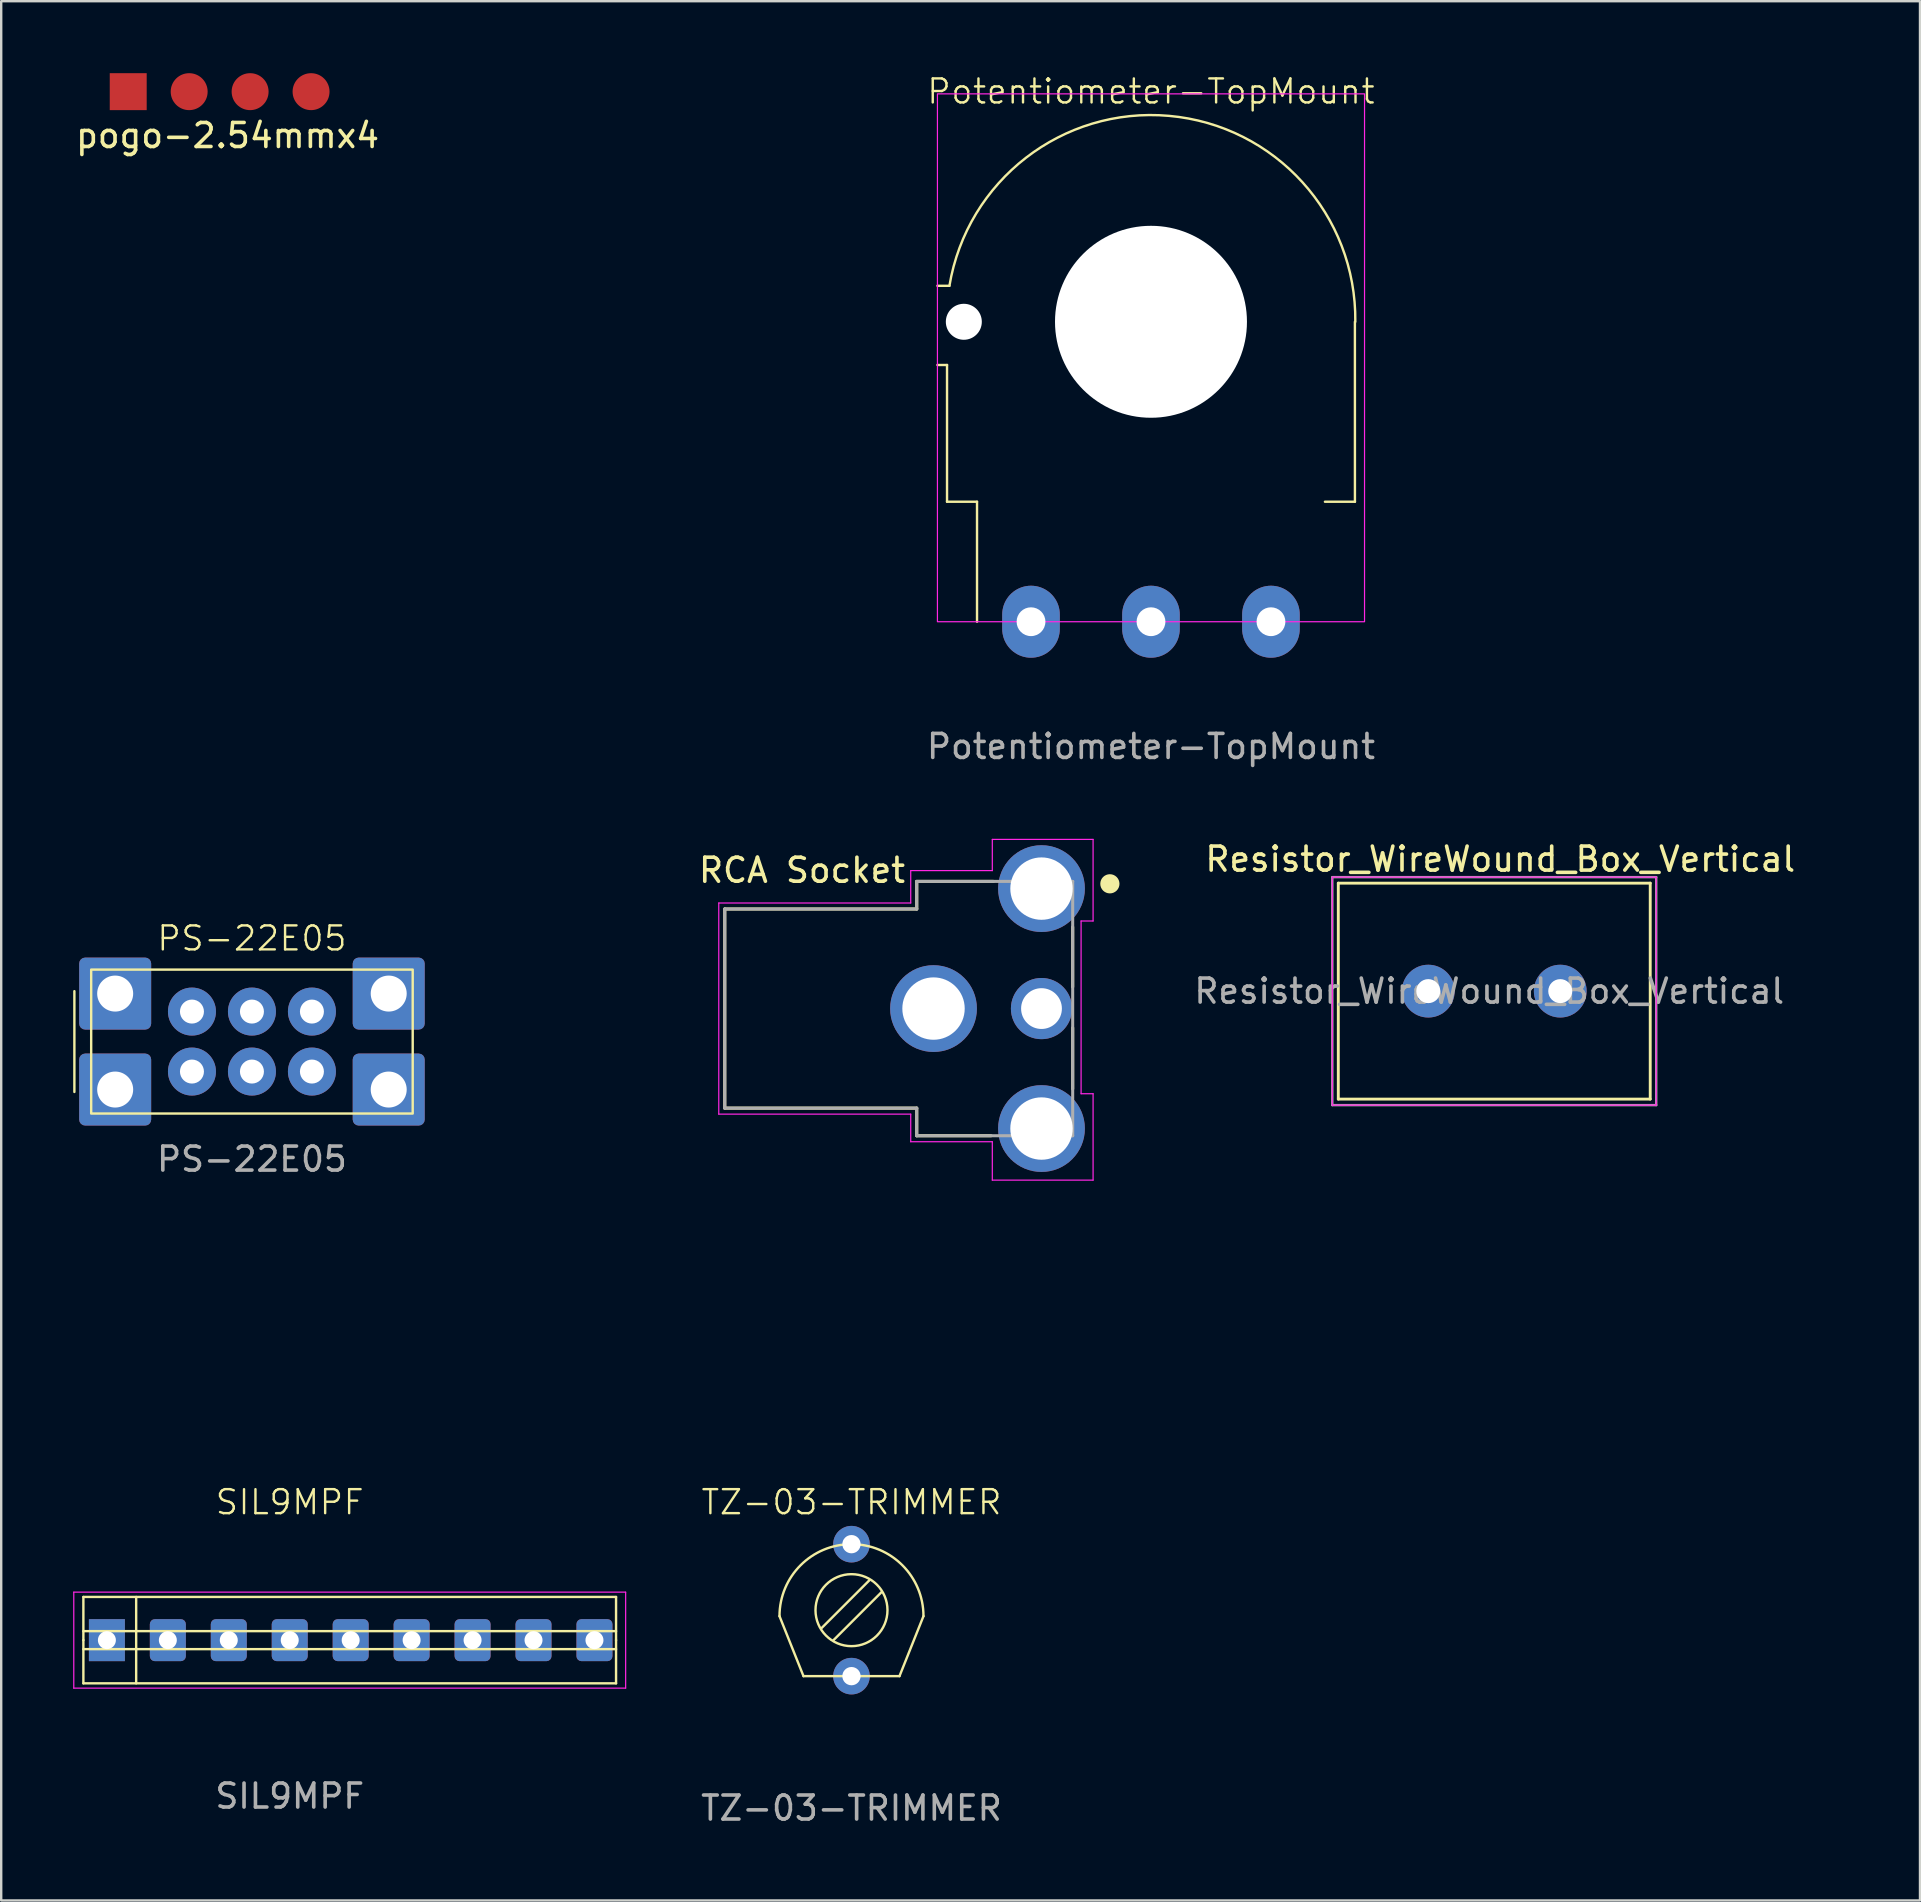
<source format=kicad_pcb>
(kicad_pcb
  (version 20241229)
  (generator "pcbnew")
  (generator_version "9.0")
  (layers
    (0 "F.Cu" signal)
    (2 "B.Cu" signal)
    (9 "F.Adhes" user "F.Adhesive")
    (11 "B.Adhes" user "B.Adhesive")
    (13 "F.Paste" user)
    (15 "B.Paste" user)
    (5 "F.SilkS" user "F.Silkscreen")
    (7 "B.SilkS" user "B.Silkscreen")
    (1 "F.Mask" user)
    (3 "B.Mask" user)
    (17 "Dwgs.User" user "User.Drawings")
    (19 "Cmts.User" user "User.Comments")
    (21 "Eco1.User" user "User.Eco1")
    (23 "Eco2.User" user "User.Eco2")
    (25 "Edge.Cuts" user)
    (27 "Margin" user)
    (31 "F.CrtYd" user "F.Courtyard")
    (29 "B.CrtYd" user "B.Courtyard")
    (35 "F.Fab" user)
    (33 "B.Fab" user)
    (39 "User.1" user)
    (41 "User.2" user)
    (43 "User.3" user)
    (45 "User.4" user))
  (footprint "pogo-2.54mmx4"
    (layer "F.Cu")
    (at 2.294 0.77)
    (property "Reference" "pogo-2.54mmx4" (at 4.14 1.829 0) (layer "F.SilkS") (effects (font (size 1 1) (thickness 0.15))))
    (attr through_hole)
    (pad "1" smd rect (at 0 0) (size 1.54 1.54) (layers "F.Cu" "F.Mask" "F.Paste"))
    (pad "2" smd circle (at 2.54 0) (size 1.54 1.54) (layers "F.Cu" "F.Mask" "F.Paste"))
    (pad "3" smd circle (at 5.08 0) (size 1.54 1.54) (layers "F.Cu" "F.Mask" "F.Paste"))
    (pad "4" smd circle (at 7.62 0) (size 1.54 1.54) (layers "F.Cu" "F.Mask" "F.Paste")))
  (footprint "RCA Socket"
    (layer "F.Cu")
    (at 34.406 38.984)
    (property "Reference" "RCA Socket" (at -4.031 -5.763 0) (layer "F.SilkS") (effects (font (size 1.001 1.001) (thickness 0.15))))
    (attr through_hole)
    (fp_line (start -7.25 -4.15) (end -7.25 4.15) (stroke (width 0.127) (type solid)) (layer "F.SilkS"))
    (fp_line (start -7.25 4.15) (end 0.75 4.15) (stroke (width 0.127) (type solid)) (layer "F.SilkS"))
    (fp_line (start 0.75 -5.3) (end 0.75 -4.15) (stroke (width 0.127) (type solid)) (layer "F.SilkS"))
    (fp_line (start 0.75 -4.15) (end -7.25 -4.15) (stroke (width 0.127) (type solid)) (layer "F.SilkS"))
    (fp_line (start 0.75 4.15) (end 0.75 5.3) (stroke (width 0.127) (type solid)) (layer "F.SilkS"))
    (fp_line (start 0.75 5.3) (end 3.85 5.3) (stroke (width 0.127) (type solid)) (layer "F.SilkS"))
    (fp_line (start 3.95 -5.3) (end 0.75 -5.3) (stroke (width 0.127) (type solid)) (layer "F.SilkS"))
    (fp_line (start 7.25 -0.9) (end 7.25 -3.4) (stroke (width 0.127) (type solid)) (layer "F.SilkS"))
    (fp_line (start 7.25 3.35) (end 7.25 0.8) (stroke (width 0.127) (type solid)) (layer "F.SilkS"))
    (fp_circle (center 8.8 -5.2) (end 9 -5.2) (stroke (width 0.4) (type solid)) (fill no) (layer "F.SilkS"))
    (fp_line (start -7.5 -4.4) (end -7.5 4.4) (stroke (width 0.05) (type solid)) (layer "F.CrtYd"))
    (fp_line (start -7.5 4.4) (end 0.5 4.4) (stroke (width 0.05) (type solid)) (layer "F.CrtYd"))
    (fp_line (start 0.5 -5.75) (end 0.5 -4.4) (stroke (width 0.05) (type solid)) (layer "F.CrtYd"))
    (fp_line (start 0.5 -4.4) (end -7.5 -4.4) (stroke (width 0.05) (type solid)) (layer "F.CrtYd"))
    (fp_line (start 0.5 4.4) (end 0.5 5.55) (stroke (width 0.05) (type solid)) (layer "F.CrtYd"))
    (fp_line (start 0.5 5.55) (end 3.9 5.55) (stroke (width 0.05) (type solid)) (layer "F.CrtYd"))
    (fp_line (start 3.9 -7.05) (end 8.1 -7.05) (stroke (width 0.05) (type solid)) (layer "F.CrtYd"))
    (fp_line (start 3.9 -5.75) (end 0.5 -5.75) (stroke (width 0.05) (type solid)) (layer "F.CrtYd"))
    (fp_line (start 3.9 -5.75) (end 3.9 -7.05) (stroke (width 0.05) (type solid)) (layer "F.CrtYd"))
    (fp_line (start 3.9 7.15) (end 3.9 5.55) (stroke (width 0.05) (type solid)) (layer "F.CrtYd"))
    (fp_line (start 7.6 -3.65) (end 7.6 3.55) (stroke (width 0.05) (type solid)) (layer "F.CrtYd"))
    (fp_line (start 7.6 3.55) (end 8.1 3.55) (stroke (width 0.05) (type solid)) (layer "F.CrtYd"))
    (fp_line (start 8.1 -7.05) (end 8.1 -3.65) (stroke (width 0.05) (type solid)) (layer "F.CrtYd"))
    (fp_line (start 8.1 -3.65) (end 7.6 -3.65) (stroke (width 0.05) (type solid)) (layer "F.CrtYd"))
    (fp_line (start 8.1 7.15) (end 3.9 7.15) (stroke (width 0.05) (type solid)) (layer "F.CrtYd"))
    (fp_line (start 8.1 7.15) (end 8.1 3.55) (stroke (width 0.05) (type solid)) (layer "F.CrtYd"))
    (fp_line (start -7.25 -4.15) (end -7.25 4.15) (stroke (width 0.127) (type solid)) (layer "F.Fab"))
    (fp_line (start -7.25 4.15) (end 0.75 4.15) (stroke (width 0.127) (type solid)) (layer "F.Fab"))
    (fp_line (start 0.75 -5.3) (end 0.75 -4.15) (stroke (width 0.127) (type solid)) (layer "F.Fab"))
    (fp_line (start 0.75 -4.15) (end -7.25 -4.15) (stroke (width 0.127) (type solid)) (layer "F.Fab"))
    (fp_line (start 0.75 4.15) (end 0.75 5.3) (stroke (width 0.127) (type solid)) (layer "F.Fab"))
    (fp_line (start 0.75 5.3) (end 7.25 5.3) (stroke (width 0.127) (type solid)) (layer "F.Fab"))
    (fp_line (start 7.25 -5.3) (end 0.75 -5.3) (stroke (width 0.127) (type solid)) (layer "F.Fab"))
    (fp_line (start 7.25 5.3) (end 7.25 -5.3) (stroke (width 0.127) (type solid)) (layer "F.Fab"))
    (pad "1" thru_hole circle (at 5.95 0) (size 2.55 2.55) (drill 1.7) (layers "*.Cu" "*.Mask"))
    (pad "2" thru_hole circle (at 1.45 0) (size 3.616 3.616) (drill 2.6) (layers "*.Cu" "*.Mask"))
    (pad "2" thru_hole circle (at 5.95 -5) (size 3.616 3.616) (drill 2.6) (layers "*.Cu" "*.Mask"))
    (pad "2" thru_hole circle (at 5.95 5) (size 3.616 3.616) (drill 2.6) (layers "*.Cu" "*.Mask")))
  (footprint "Potentiometer-TopMount"
    (layer "F.Cu")
    (at 44.919 10.361)
    (property "Reference" "Potentiometer-TopMount" (at 0 -9.6 0) (unlocked yes) (layer "F.SilkS") (effects (font (size 1 1) (thickness 0.1))))
    (attr through_hole)
    (fp_line (start -8.9 1.8) (end -8.5 1.8) (stroke (width 0.1) (type default)) (layer "F.SilkS"))
    (fp_line (start -8.5 1.8) (end -8.5 7.5) (stroke (width 0.1) (type default)) (layer "F.SilkS"))
    (fp_line (start -8.5 7.5) (end -7.25 7.5) (stroke (width 0.1) (type default)) (layer "F.SilkS"))
    (fp_line (start -8.4 -1.5) (end -8.9 -1.5) (stroke (width 0.1) (type default)) (layer "F.SilkS"))
    (fp_line (start -7.25 7.5) (end -7.25 12.5) (stroke (width 0.1) (type default)) (layer "F.SilkS"))
    (fp_line (start 7.25 7.5) (end 8.5 7.5) (stroke (width 0.1) (type default)) (layer "F.SilkS"))
    (fp_line (start 8.499 -0.000007) (end 8.5 7.5) (stroke (width 0.1) (type default)) (layer "F.SilkS"))
    (fp_arc (start -8.399999 -1.5) (mid 0.752301 -8.582572) (end 8.515278 0.00018) (stroke (width 0.1) (type default)) (layer "F.SilkS"))
    (fp_rect (start -8.9 -9.5) (end 8.9 12.5) (stroke (width 0.05) (type default)) (fill no) (layer "F.CrtYd"))
    (fp_line (start -29 12.5) (end 0 12.5) (stroke (width 0.1) (type default)) (layer "User.2"))
    (fp_line (start 0 12.5) (end -29 12.5) (stroke (width 0.1) (type default)) (layer "User.2"))
    (fp_line (start 29 12.5) (end 0 12.5) (stroke (width 0.1) (type default)) (layer "User.2"))
    (fp_rect (start -8.6 -1.55) (end -7.1 1.6) (stroke (width 0.1) (type default)) (fill no) (layer "User.2"))
    (fp_circle (center 0 0) (end 0 4) (stroke (width 0.1) (type default)) (fill no) (layer "User.2"))
    (fp_text user "${REFERENCE}" (at 0 17.7 0) (unlocked yes) (layer "F.Fab") (effects (font (size 1 1) (thickness 0.15))))
    (pad "" np_thru_hole circle (at -7.8 0) (size 1.5 1.5) (drill oval 1.6 3.2) (layers "*.Cu" "*.Mask"))
    (pad "" np_thru_hole circle (at 0 0) (size 8 8) (drill 8) (layers "*.Cu" "*.Mask"))
    (pad "1" thru_hole oval (at -5 12.5) (size 2.4 3) (drill 1.2) (layers "*.Cu" "*.Mask"))
    (pad "2" thru_hole oval (at 0 12.5) (size 2.4 3) (drill 1.2) (layers "*.Cu" "*.Mask"))
    (pad "3" thru_hole oval (at 5 12.5) (size 2.4 3) (drill 1.2) (layers "*.Cu" "*.Mask")))
  (footprint "SIL9MPF"
    (layer "F.Cu")
    (at 9.025 65.306)
    (property "Reference" "SIL9MPF" (at 0 -5.75 0) (unlocked yes) (layer "F.SilkS") (effects (font (size 1 1) (thickness 0.1))))
    (attr through_hole)
    (fp_line (start -8.6 -1.8) (end 13.6 -1.8) (stroke (width 0.1) (type default)) (layer "F.SilkS"))
    (fp_line (start -8.6 -0.375) (end 13.6 -0.375) (stroke (width 0.1) (type default)) (layer "F.SilkS"))
    (fp_line (start -8.6 0) (end -8.6 -1.8) (stroke (width 0.1) (type default)) (layer "F.SilkS"))
    (fp_line (start -8.6 0.375) (end 13.6 0.375) (stroke (width 0.1) (type default)) (layer "F.SilkS"))
    (fp_line (start -8.6 1.8) (end -8.6 0) (stroke (width 0.1) (type default)) (layer "F.SilkS"))
    (fp_line (start -6.4 -1.8) (end -6.4 1.8) (stroke (width 0.1) (type default)) (layer "F.SilkS"))
    (fp_line (start 13.6 -1.8) (end 13.6 0) (stroke (width 0.1) (type default)) (layer "F.SilkS"))
    (fp_line (start 13.6 0) (end 13.6 1.8) (stroke (width 0.1) (type default)) (layer "F.SilkS"))
    (fp_line (start 13.6 1.8) (end -8.6 1.8) (stroke (width 0.1) (type default)) (layer "F.SilkS"))
    (fp_line (start -9 -2) (end 14 -2) (stroke (width 0.05) (type default)) (layer "F.CrtYd"))
    (fp_line (start -9 2) (end -9 -2) (stroke (width 0.05) (type default)) (layer "F.CrtYd"))
    (fp_line (start 14 -2) (end 14 2) (stroke (width 0.05) (type default)) (layer "F.CrtYd"))
    (fp_line (start 14 2) (end -9 2) (stroke (width 0.05) (type default)) (layer "F.CrtYd"))
    (fp_text user "${REFERENCE}" (at 0 6.5 0) (unlocked yes) (layer "F.Fab") (effects (font (size 1 1) (thickness 0.15))))
    (pad "1" thru_hole rect (at -7.62 0 90) (size 1.75 1.5) (drill 0.75) (layers "*.Cu" "*.Mask"))
    (pad "2" thru_hole roundrect (at -5.08 0 90) (size 1.75 1.5) (drill 0.75) (layers "*.Cu" "*.Mask") (roundrect_rratio 0.139))
    (pad "3" thru_hole roundrect (at -2.54 0 90) (size 1.75 1.5) (drill 0.75) (layers "*.Cu" "*.Mask") (roundrect_rratio 0.139))
    (pad "4" thru_hole roundrect (at 0 0 90) (size 1.75 1.5) (drill 0.75) (layers "*.Cu" "*.Mask") (roundrect_rratio 0.139))
    (pad "5" thru_hole roundrect (at 2.54 0 90) (size 1.75 1.5) (drill 0.75) (layers "*.Cu" "*.Mask") (roundrect_rratio 0.139))
    (pad "6" thru_hole roundrect (at 5.08 0 90) (size 1.75 1.5) (drill 0.75) (layers "*.Cu" "*.Mask") (roundrect_rratio 0.139))
    (pad "7" thru_hole roundrect (at 7.62 0 90) (size 1.75 1.5) (drill 0.75) (layers "*.Cu" "*.Mask") (roundrect_rratio 0.139))
    (pad "8" thru_hole roundrect (at 10.16 0 90) (size 1.75 1.5) (drill 0.75) (layers "*.Cu" "*.Mask") (roundrect_rratio 0.139))
    (pad "9" thru_hole roundrect (at 12.7 0 90) (size 1.75 1.5) (drill 0.75) (layers "*.Cu" "*.Mask") (roundrect_rratio 0.139)))
  (footprint "Resistor_WireWound_Box_Vertical"
    (layer "F.Cu")
    (at 56.476 38.257)
    (property "Reference" "Resistor_WireWound_Box_Vertical" (at 3 -5.5 0) (layer "F.SilkS") (effects (font (size 1 1) (thickness 0.15))))
    (attr through_hole)
    (fp_line (start -3.75 -4.5) (end -3.75 4.5) (stroke (width 0.12) (type solid)) (layer "F.SilkS"))
    (fp_line (start -3.75 -4.5) (end 9.25 -4.5) (stroke (width 0.12) (type solid)) (layer "F.SilkS"))
    (fp_line (start -3.75 4.5) (end 9.25 4.5) (stroke (width 0.12) (type solid)) (layer "F.SilkS"))
    (fp_line (start 9.25 -4.5) (end 9.25 4.5) (stroke (width 0.12) (type solid)) (layer "F.SilkS"))
    (fp_line (start -4 -4.75) (end -4 4.75) (stroke (width 0.05) (type solid)) (layer "F.CrtYd"))
    (fp_line (start -4 4.75) (end 9.5 4.75) (stroke (width 0.05) (type solid)) (layer "F.CrtYd"))
    (fp_line (start 9.5 -4.75) (end -4 -4.75) (stroke (width 0.05) (type solid)) (layer "F.CrtYd"))
    (fp_line (start 9.5 4.75) (end 9.5 -4.75) (stroke (width 0.05) (type solid)) (layer "F.CrtYd"))
    (fp_line (start -4 -4.75) (end -4 4.75) (stroke (width 0.1) (type solid)) (layer "F.Fab"))
    (fp_line (start -4 4.75) (end 9.5 4.75) (stroke (width 0.1) (type solid)) (layer "F.Fab"))
    (fp_line (start 9.5 -4.75) (end -4 -4.75) (stroke (width 0.1) (type solid)) (layer "F.Fab"))
    (fp_line (start 9.5 4.75) (end 9.5 -4.75) (stroke (width 0.1) (type solid)) (layer "F.Fab"))
    (fp_text user "${REFERENCE}" (at 2.54 0 0) (layer "F.Fab") (effects (font (size 1 1) (thickness 0.15))))
    (pad "1" thru_hole circle (at 0 0) (size 2.2 2.2) (drill 1) (layers "*.Cu" "*.Mask"))
    (pad "2" thru_hole circle (at 5.5 0) (size 2.2 2.2) (drill 1) (layers "*.Cu" "*.Mask")))
  (footprint "TZ-03-TRIMMER"
    (layer "F.Cu")
    (at 32.437 64.056)
    (property "Reference" "TZ-03-TRIMMER" (at 0 -4.5 0) (unlocked yes) (layer "F.SilkS") (effects (font (size 1 1) (thickness 0.1))))
    (attr through_hole)
    (fp_line (start -3 0.25) (end -2 2.75) (stroke (width 0.1) (type default)) (layer "F.SilkS"))
    (fp_line (start -2 2.75) (end 0 2.75) (stroke (width 0.1) (type default)) (layer "F.SilkS"))
    (fp_line (start -1.25 0.75) (end 0.75 -1.25) (stroke (width 0.1) (type default)) (layer "F.SilkS"))
    (fp_line (start -0.75 1.25) (end 1.25 -0.75) (stroke (width 0.1) (type default)) (layer "F.SilkS"))
    (fp_line (start 0 2.75) (end 2 2.75) (stroke (width 0.1) (type default)) (layer "F.SilkS"))
    (fp_line (start 2 2.75) (end 3 0.25) (stroke (width 0.1) (type default)) (layer "F.SilkS"))
    (fp_arc (start -3 0.25) (mid 0 -2.75) (end 3 0.25) (stroke (width 0.1) (type default)) (layer "F.SilkS"))
    (fp_circle (center 0 0) (end 0 1.5) (stroke (width 0.1) (type default)) (fill no) (layer "F.SilkS"))
    (fp_rect (start -3.25 -3.75) (end 3.25 3.75) (stroke (width 0.1) (type default)) (fill no) (layer "Margin"))
    (fp_text user "${REFERENCE}" (at 0 8.25 0) (unlocked yes) (layer "F.Fab") (effects (font (size 1 1) (thickness 0.15))))
    (pad "1" thru_hole circle (at 0 -2.75 270) (size 1.524 1.524) (drill 0.762) (layers "*.Cu" "*.Mask"))
    (pad "2" thru_hole circle (at 0 2.75 270) (size 1.524 1.524) (drill 0.762) (layers "*.Cu" "*.Mask")))
  (footprint "PS-22E05"
    (layer "F.Cu")
    (at 7.45 40.359)
    (property "Reference" "PS-22E05" (at 0 -4.3 0) (unlocked yes) (layer "F.SilkS") (effects (font (size 1 1) (thickness 0.1))))
    (attr through_hole)
    (fp_line (start -7.4 -2.1) (end -7.4 2.1) (stroke (width 0.1) (type default)) (layer "F.SilkS"))
    (fp_rect (start -6.7 -3) (end 6.7 3) (stroke (width 0.1) (type default)) (fill no) (layer "F.SilkS"))
    (fp_line (start -5.7 5) (end -5.7 -8.4) (stroke (width 0.1) (type default)) (layer "User.2"))
    (fp_line (start 5.7 5.1) (end 5.7 -8.3) (stroke (width 0.1) (type default)) (layer "User.2"))
    (fp_text user "${REFERENCE}" (at 0 4.9 0) (unlocked yes) (layer "F.Fab") (effects (font (size 1 1) (thickness 0.15))))
    (dimension (type aligned) (layer "User.2") (pts (xy 1.75 42.359) (xy 13.15 42.359)) (height 12.8) (format (prefix "") (suffix "") (units 3) (units_format 1) (precision 4)) (style (thickness 0.1) (arrow_length 1.27) (text_position_mode 0) (arrow_direction outward) (extension_height 0.586) (extension_offset 0.5) (keep_text_aligned yes)) (gr_text "11.4000 mm" (at 7.45 54.009 0) (layer "User.2") (effects (font (size 1 1) (thickness 0.15)))))
    (dimension (type aligned) (layer "User.2") (pts (xy 13.15 38.359) (xy 13.15 42.359)) (height -6.5) (format (prefix "") (suffix "") (units 3) (units_format 1) (precision 4)) (style (thickness 0.1) (arrow_length 1.27) (text_position_mode 0) (arrow_direction outward) (extension_height 0.586) (extension_offset 0.5) (keep_text_aligned yes)) (gr_text "4.0000 mm" (at 18.5 40.359 90) (layer "User.2") (effects (font (size 1 1) (thickness 0.15)))))
    (pad "1" thru_hole circle (at -2.5 -1.25) (size 2 2) (drill 1) (layers "*.Cu" "*.Mask"))
    (pad "1" thru_hole circle (at -2.5 1.25) (size 2 2) (drill 1) (layers "*.Cu" "*.Mask"))
    (pad "2" thru_hole circle (at 0 -1.25) (size 2 2) (drill 1) (layers "*.Cu" "*.Mask"))
    (pad "2" thru_hole circle (at 0 1.25) (size 2 2) (drill 1) (layers "*.Cu" "*.Mask"))
    (pad "3" thru_hole circle (at 2.5 -1.25) (size 2 2) (drill 1) (layers "*.Cu" "*.Mask"))
    (pad "3" thru_hole circle (at 2.5 1.25) (size 2 2) (drill 1) (layers "*.Cu" "*.Mask"))
    (pad "4" thru_hole roundrect (at -5.7 -2) (size 3 3) (drill 1.5) (layers "*.Cu" "*.Mask") (roundrect_rratio 0.083))
    (pad "4" thru_hole roundrect (at -5.7 2) (size 3 3) (drill 1.5) (layers "*.Cu" "*.Mask") (roundrect_rratio 0.083))
    (pad "4" thru_hole roundrect (at 5.7 -2) (size 3 3) (drill 1.5) (layers "*.Cu" "*.Mask") (roundrect_rratio 0.083))
    (pad "4" thru_hole roundrect (at 5.7 2) (size 3 3) (drill 1.5) (layers "*.Cu" "*.Mask") (roundrect_rratio 0.083)))
  (gr_rect
    (start -3 -3)
    (end 76.969 76.154)
    (stroke (width 0.1) (type default))
    (fill no)
    (layer "Edge.Cuts")))
</source>
